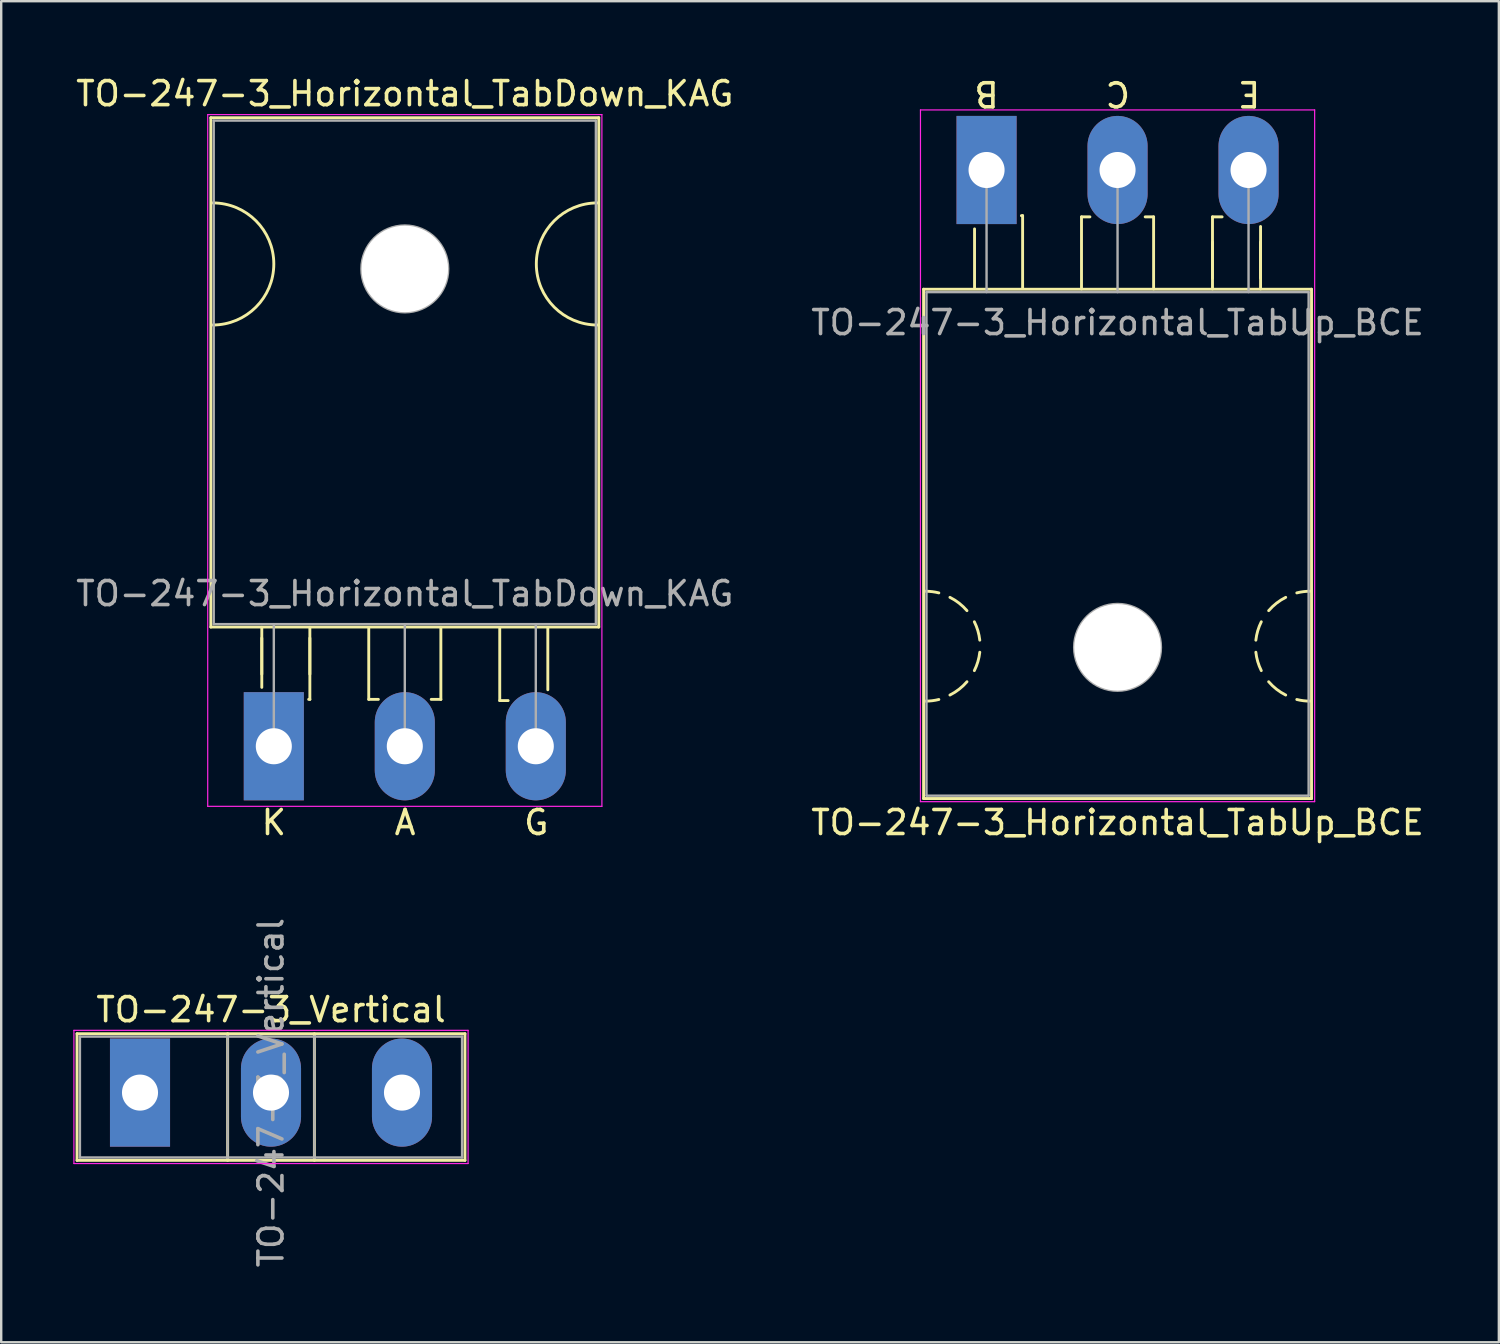
<source format=kicad_pcb>
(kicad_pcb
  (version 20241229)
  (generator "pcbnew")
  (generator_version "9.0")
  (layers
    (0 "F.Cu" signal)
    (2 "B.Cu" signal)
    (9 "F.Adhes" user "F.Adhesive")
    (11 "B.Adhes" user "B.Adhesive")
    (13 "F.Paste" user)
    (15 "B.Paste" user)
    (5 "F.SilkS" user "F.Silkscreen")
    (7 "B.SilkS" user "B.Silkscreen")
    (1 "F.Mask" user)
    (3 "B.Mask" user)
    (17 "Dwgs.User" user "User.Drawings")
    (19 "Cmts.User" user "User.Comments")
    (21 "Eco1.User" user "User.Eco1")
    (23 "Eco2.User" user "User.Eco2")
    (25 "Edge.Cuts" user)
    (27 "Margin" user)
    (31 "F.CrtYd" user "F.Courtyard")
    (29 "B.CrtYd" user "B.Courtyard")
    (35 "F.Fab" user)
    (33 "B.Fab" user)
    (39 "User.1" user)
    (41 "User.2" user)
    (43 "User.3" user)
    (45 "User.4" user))
  (footprint "TO-247-3_Horizontal_TabDown_KAG"
    (layer "F.Cu")
    (at 8.342 27.998)
    (property "Reference" "TO-247-3_Horizontal_TabDown_KAG" (at 5.45 -27.15 0) (layer "F.SilkS") (effects (font (size 1 1) (thickness 0.15))))
    (fp_line (start -2.62 -26.15) (end -2.62 -4.96) (stroke (width 0.12) (type solid)) (layer "F.SilkS"))
    (fp_line (start -2.62 -26.15) (end 13.52 -26.15) (stroke (width 0.12) (type solid)) (layer "F.SilkS"))
    (fp_line (start -2.62 -4.96) (end 13.52 -4.96) (stroke (width 0.12) (type solid)) (layer "F.SilkS"))
    (fp_line (start -0.5 -4.95) (end -0.5 -2.45) (stroke (width 0.12) (type solid)) (layer "F.SilkS"))
    (fp_line (start -0.5 -4.5) (end -0.5 -3) (stroke (width 0.12) (type solid)) (layer "F.SilkS"))
    (fp_line (start 1.5 -4.95) (end 1.5 -1.95) (stroke (width 0.12) (type solid)) (layer "F.SilkS"))
    (fp_line (start 1.5 -4.5) (end 1.5 -3) (stroke (width 0.12) (type solid)) (layer "F.SilkS"))
    (fp_line (start 1.5 -1.95) (end 1.45 -1.95) (stroke (width 0.12) (type solid)) (layer "F.SilkS"))
    (fp_line (start 3.95 -4.9) (end 3.95 -1.95) (stroke (width 0.12) (type solid)) (layer "F.SilkS"))
    (fp_line (start 3.95 -1.95) (end 4.35 -1.95) (stroke (width 0.12) (type solid)) (layer "F.SilkS"))
    (fp_line (start 6.95 -4.95) (end 6.95 -1.95) (stroke (width 0.12) (type solid)) (layer "F.SilkS"))
    (fp_line (start 6.95 -1.95) (end 6.55 -1.95) (stroke (width 0.12) (type solid)) (layer "F.SilkS"))
    (fp_line (start 9.4 -4.9) (end 9.4 -1.9) (stroke (width 0.12) (type solid)) (layer "F.SilkS"))
    (fp_line (start 9.4 -1.9) (end 9.75 -1.9) (stroke (width 0.12) (type solid)) (layer "F.SilkS"))
    (fp_line (start 11.4 -4.9) (end 11.4 -2.35) (stroke (width 0.12) (type solid)) (layer "F.SilkS"))
    (fp_line (start 13.52 -26.15) (end 13.52 -4.96) (stroke (width 0.12) (type solid)) (layer "F.SilkS"))
    (fp_arc (start -2.54 -22.606) (mid 0 -20.066) (end -2.54 -17.526) (stroke (width 0.12) (type solid)) (layer "F.SilkS"))
    (fp_arc (start 13.462 -17.526) (mid 10.922 -20.066) (end 13.462 -22.606) (stroke (width 0.12) (type solid)) (layer "F.SilkS"))
    (fp_line (start -2.75 -26.28) (end -2.75 2.5) (stroke (width 0.05) (type solid)) (layer "F.CrtYd"))
    (fp_line (start -2.75 2.5) (end 13.65 2.5) (stroke (width 0.05) (type solid)) (layer "F.CrtYd"))
    (fp_line (start 13.65 -26.28) (end -2.75 -26.28) (stroke (width 0.05) (type solid)) (layer "F.CrtYd"))
    (fp_line (start 13.65 2.5) (end 13.65 -26.28) (stroke (width 0.05) (type solid)) (layer "F.CrtYd"))
    (fp_line (start -2.5 -26.03) (end 13.4 -26.03) (stroke (width 0.1) (type solid)) (layer "F.Fab"))
    (fp_line (start -2.5 -5.08) (end -2.5 -26.03) (stroke (width 0.1) (type solid)) (layer "F.Fab"))
    (fp_line (start 0 -5.08) (end 0 0) (stroke (width 0.1) (type solid)) (layer "F.Fab"))
    (fp_line (start 5.45 -5.08) (end 5.45 0) (stroke (width 0.1) (type solid)) (layer "F.Fab"))
    (fp_line (start 10.9 -5.08) (end 10.9 0) (stroke (width 0.1) (type solid)) (layer "F.Fab"))
    (fp_line (start 13.4 -26.03) (end 13.4 -5.08) (stroke (width 0.1) (type solid)) (layer "F.Fab"))
    (fp_line (start 13.4 -5.08) (end -2.5 -5.08) (stroke (width 0.1) (type solid)) (layer "F.Fab"))
    (fp_circle (center 5.45 -19.86) (end 7.255 -19.86) (stroke (width 0.1) (type solid)) (fill no) (layer "F.Fab"))
    (fp_text user "G" (at 10.922 3.175 0) (unlocked yes) (layer "F.SilkS") (effects (font (size 1 1) (thickness 0.15))))
    (fp_text user "K" (at 0 3.175 0) (unlocked yes) (layer "F.SilkS") (effects (font (size 1 1) (thickness 0.15))))
    (fp_text user "A" (at 5.461 3.175 0) (unlocked yes) (layer "F.SilkS") (effects (font (size 1 1) (thickness 0.15))))
    (fp_text user "${REFERENCE}" (at 5.45 -6.35 0) (layer "F.Fab") (effects (font (size 1 1) (thickness 0.15))))
    (pad "" np_thru_hole oval (at 5.45 -19.86) (size 3.6 3.6) (drill 3.6) (layers "*.Cu" "*.Mask"))
    (pad "1" thru_hole rect (at 0 0) (size 2.5 4.5) (drill 1.5) (layers "*.Cu" "*.Mask"))
    (pad "2" thru_hole oval (at 5.45 0) (size 2.5 4.5) (drill 1.5) (layers "*.Cu" "*.Mask"))
    (pad "3" thru_hole oval (at 10.9 0) (size 2.5 4.5) (drill 1.5) (layers "*.Cu" "*.Mask")))
  (footprint "TO-247-3_Horizontal_TabUp_BCE"
    (layer "F.Cu")
    (at 37.996 4.023)
    (property "Reference" "TO-247-3_Horizontal_TabUp_BCE" (at 5.45 27.15 0) (layer "F.SilkS") (effects (font (size 1 1) (thickness 0.15))))
    (fp_line (start -2.62 4.96) (end -2.62 26.15) (stroke (width 0.12) (type solid)) (layer "F.SilkS"))
    (fp_line (start -2.62 4.96) (end 13.52 4.96) (stroke (width 0.12) (type solid)) (layer "F.SilkS"))
    (fp_line (start -2.62 26.15) (end 13.52 26.15) (stroke (width 0.12) (type solid)) (layer "F.SilkS"))
    (fp_line (start -0.5 4.9) (end -0.5 2.45) (stroke (width 0.12) (type solid)) (layer "F.SilkS"))
    (fp_line (start 1.5 1.9) (end 1.45 1.9) (stroke (width 0.12) (type solid)) (layer "F.SilkS"))
    (fp_line (start 1.5 4.9) (end 1.5 1.9) (stroke (width 0.12) (type solid)) (layer "F.SilkS"))
    (fp_line (start 3.95 1.95) (end 4.3 1.95) (stroke (width 0.12) (type solid)) (layer "F.SilkS"))
    (fp_line (start 3.95 4.95) (end 3.95 1.95) (stroke (width 0.12) (type solid)) (layer "F.SilkS"))
    (fp_line (start 6.95 1.95) (end 6.6 1.95) (stroke (width 0.12) (type solid)) (layer "F.SilkS"))
    (fp_line (start 6.95 4.95) (end 6.95 1.95) (stroke (width 0.12) (type solid)) (layer "F.SilkS"))
    (fp_line (start 9.4 1.95) (end 9.8 1.95) (stroke (width 0.12) (type solid)) (layer "F.SilkS"))
    (fp_line (start 9.4 4.5) (end 9.4 3) (stroke (width 0.12) (type solid)) (layer "F.SilkS"))
    (fp_line (start 9.4 4.95) (end 9.4 1.95) (stroke (width 0.12) (type solid)) (layer "F.SilkS"))
    (fp_line (start 11.4 4.5) (end 11.4 3) (stroke (width 0.12) (type solid)) (layer "F.SilkS"))
    (fp_line (start 11.4 4.95) (end 11.4 2.35) (stroke (width 0.12) (type solid)) (layer "F.SilkS"))
    (fp_line (start 13.52 4.96) (end 13.52 26.15) (stroke (width 0.12) (type solid)) (layer "F.SilkS"))
    (fp_arc (start -2.54 17.526) (mid -2.260689 17.543128) (end -1.985564 17.594254) (stroke (width 0.12) (type solid)) (layer "F.SilkS"))
    (fp_arc (start -1.985564 22.029746) (mid -2.260689 22.080872) (end -2.54 22.098) (stroke (width 0.12) (type solid)) (layer "F.SilkS"))
    (fp_arc (start -1.524001 17.780001) (mid -1.14188 18.02132) (end -0.815088 18.333504) (stroke (width 0.12) (type solid)) (layer "F.SilkS"))
    (fp_arc (start -0.815087 21.290497) (mid -1.141879 21.60268) (end -1.524 21.844) (stroke (width 0.12) (type solid)) (layer "F.SilkS"))
    (fp_arc (start -0.508001 18.796001) (mid -0.361178 19.168563) (end -0.282051 19.561117) (stroke (width 0.12) (type solid)) (layer "F.SilkS"))
    (fp_arc (start -0.282051 20.062883) (mid -0.361178 20.455437) (end -0.508001 20.827999) (stroke (width 0.12) (type solid)) (layer "F.SilkS"))
    (fp_arc (start 11.204051 19.561117) (mid 11.283178 19.168563) (end 11.430001 18.796001) (stroke (width 0.12) (type solid)) (layer "F.SilkS"))
    (fp_arc (start 11.430001 20.827999) (mid 11.283178 20.455437) (end 11.204051 20.062883) (stroke (width 0.12) (type solid)) (layer "F.SilkS"))
    (fp_arc (start 11.737087 18.333503) (mid 12.063879 18.02132) (end 12.446 17.78) (stroke (width 0.12) (type solid)) (layer "F.SilkS"))
    (fp_arc (start 12.446001 21.843999) (mid 12.06388 21.60268) (end 11.737088 21.290496) (stroke (width 0.12) (type solid)) (layer "F.SilkS"))
    (fp_arc (start 12.907564 17.594254) (mid 13.182689 17.543128) (end 13.462 17.526) (stroke (width 0.12) (type solid)) (layer "F.SilkS"))
    (fp_arc (start 13.462 22.098) (mid 13.182689 22.080872) (end 12.907564 22.029746) (stroke (width 0.12) (type solid)) (layer "F.SilkS"))
    (fp_line (start -2.75 -2.5) (end -2.75 26.28) (stroke (width 0.05) (type solid)) (layer "F.CrtYd"))
    (fp_line (start -2.75 26.28) (end 13.65 26.28) (stroke (width 0.05) (type solid)) (layer "F.CrtYd"))
    (fp_line (start 13.65 -2.5) (end -2.75 -2.5) (stroke (width 0.05) (type solid)) (layer "F.CrtYd"))
    (fp_line (start 13.65 26.28) (end 13.65 -2.5) (stroke (width 0.05) (type solid)) (layer "F.CrtYd"))
    (fp_line (start -2.5 5.08) (end -2.5 26.03) (stroke (width 0.1) (type solid)) (layer "F.Fab"))
    (fp_line (start -2.5 26.03) (end 13.4 26.03) (stroke (width 0.1) (type solid)) (layer "F.Fab"))
    (fp_line (start 0 5.08) (end 0 0) (stroke (width 0.1) (type solid)) (layer "F.Fab"))
    (fp_line (start 5.45 5.08) (end 5.45 0) (stroke (width 0.1) (type solid)) (layer "F.Fab"))
    (fp_line (start 10.9 5.08) (end 10.9 0) (stroke (width 0.1) (type solid)) (layer "F.Fab"))
    (fp_line (start 13.4 5.08) (end -2.5 5.08) (stroke (width 0.1) (type solid)) (layer "F.Fab"))
    (fp_line (start 13.4 26.03) (end 13.4 5.08) (stroke (width 0.1) (type solid)) (layer "F.Fab"))
    (fp_circle (center 5.45 19.86) (end 7.255 19.86) (stroke (width 0.1) (type solid)) (fill no) (layer "F.Fab"))
    (fp_text user "B" (at 0 -3.175 180) (unlocked yes) (layer "F.SilkS") (effects (font (size 1 1) (thickness 0.15))))
    (fp_text user "C" (at 5.461 -3.175 180) (unlocked yes) (layer "F.SilkS") (effects (font (size 1 1) (thickness 0.15))))
    (fp_text user "E" (at 10.922 -3.175 180) (unlocked yes) (layer "F.SilkS") (effects (font (size 1 1) (thickness 0.15))))
    (fp_text user "${REFERENCE}" (at 5.45 6.35 0) (layer "F.Fab") (effects (font (size 1 1) (thickness 0.15))))
    (pad "" np_thru_hole oval (at 5.45 19.86) (size 3.6 3.6) (drill 3.6) (layers "*.Cu" "*.Mask"))
    (pad "1" thru_hole rect (at 0 0) (size 2.5 4.5) (drill 1.5) (layers "*.Cu" "*.Mask"))
    (pad "2" thru_hole oval (at 5.45 0) (size 2.5 4.5) (drill 1.5) (layers "*.Cu" "*.Mask"))
    (pad "3" thru_hole oval (at 10.9 0) (size 2.5 4.5) (drill 1.5) (layers "*.Cu" "*.Mask")))
  (footprint "TO-247-3_Vertical"
    (layer "F.Cu")
    (at 2.775 42.408)
    (property "Reference" "TO-247-3_Vertical" (at 5.45 -3.45 0) (layer "F.SilkS") (effects (font (size 1 1) (thickness 0.15))))
    (attr through_hole)
    (fp_line (start -2.62 -2.451) (end -2.62 2.82) (stroke (width 0.12) (type solid)) (layer "F.SilkS"))
    (fp_line (start -2.62 -2.451) (end 13.52 -2.451) (stroke (width 0.12) (type solid)) (layer "F.SilkS"))
    (fp_line (start -2.62 2.82) (end 13.52 2.82) (stroke (width 0.12) (type solid)) (layer "F.SilkS"))
    (fp_line (start 3.646 -2.451) (end 3.646 2.82) (stroke (width 0.12) (type solid)) (layer "F.SilkS"))
    (fp_line (start 7.255 -2.451) (end 7.255 2.82) (stroke (width 0.12) (type solid)) (layer "F.SilkS"))
    (fp_line (start 13.52 -2.451) (end 13.52 2.82) (stroke (width 0.12) (type solid)) (layer "F.SilkS"))
    (fp_line (start -2.75 -2.59) (end -2.75 2.95) (stroke (width 0.05) (type solid)) (layer "F.CrtYd"))
    (fp_line (start -2.75 2.95) (end 13.65 2.95) (stroke (width 0.05) (type solid)) (layer "F.CrtYd"))
    (fp_line (start 13.65 -2.59) (end -2.75 -2.59) (stroke (width 0.05) (type solid)) (layer "F.CrtYd"))
    (fp_line (start 13.65 2.95) (end 13.65 -2.59) (stroke (width 0.05) (type solid)) (layer "F.CrtYd"))
    (fp_line (start -2.5 -2.33) (end -2.5 2.7) (stroke (width 0.1) (type solid)) (layer "F.Fab"))
    (fp_line (start -2.5 2.7) (end 13.4 2.7) (stroke (width 0.1) (type solid)) (layer "F.Fab"))
    (fp_line (start 3.645 -2.33) (end 3.645 2.7) (stroke (width 0.1) (type solid)) (layer "F.Fab"))
    (fp_line (start 7.255 -2.33) (end 7.255 2.7) (stroke (width 0.1) (type solid)) (layer "F.Fab"))
    (fp_line (start 13.4 -2.33) (end -2.5 -2.33) (stroke (width 0.1) (type solid)) (layer "F.Fab"))
    (fp_line (start 13.4 2.7) (end 13.4 -2.33) (stroke (width 0.1) (type solid)) (layer "F.Fab"))
    (fp_text user "${REFERENCE}" (at 5.45 0 90) (layer "F.Fab") (effects (font (size 1 1) (thickness 0.15))))
    (pad "1" thru_hole rect (at 0 0) (size 2.5 4.5) (drill 1.5) (layers "*.Cu" "*.Mask"))
    (pad "2" thru_hole oval (at 5.45 0) (size 2.5 4.5) (drill 1.5) (layers "*.Cu" "*.Mask"))
    (pad "3" thru_hole oval (at 10.9 0) (size 2.5 4.5) (drill 1.5) (layers "*.Cu" "*.Mask")))
  (gr_rect
    (start -3 -3)
    (end 59.31 52.795)
    (stroke (width 0.1) (type default))
    (fill no)
    (layer "Edge.Cuts")))
</source>
